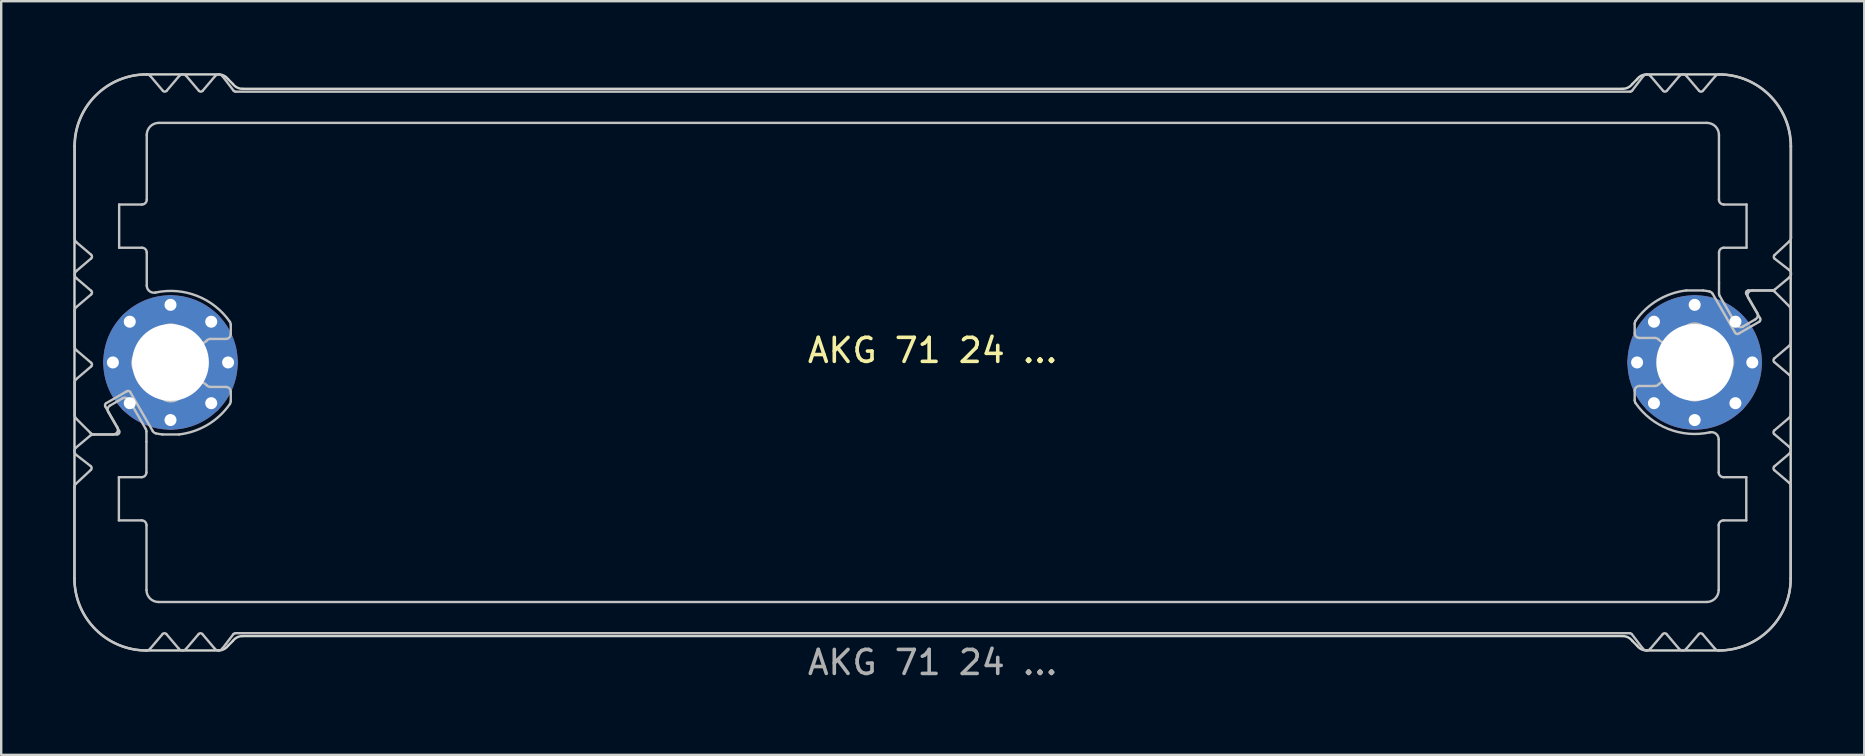
<source format=kicad_pcb>
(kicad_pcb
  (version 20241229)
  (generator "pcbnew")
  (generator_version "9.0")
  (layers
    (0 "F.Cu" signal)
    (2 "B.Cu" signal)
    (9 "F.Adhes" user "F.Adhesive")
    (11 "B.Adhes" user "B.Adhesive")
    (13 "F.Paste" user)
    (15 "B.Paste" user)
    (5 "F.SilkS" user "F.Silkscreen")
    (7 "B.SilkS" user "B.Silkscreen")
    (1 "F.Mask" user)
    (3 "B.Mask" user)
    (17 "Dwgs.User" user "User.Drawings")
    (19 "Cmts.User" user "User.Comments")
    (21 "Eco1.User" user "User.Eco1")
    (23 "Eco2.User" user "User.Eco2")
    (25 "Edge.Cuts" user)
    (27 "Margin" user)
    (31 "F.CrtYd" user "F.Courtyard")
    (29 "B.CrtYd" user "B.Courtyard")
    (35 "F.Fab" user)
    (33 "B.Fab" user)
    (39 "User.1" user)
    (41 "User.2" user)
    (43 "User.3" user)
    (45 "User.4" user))
  (footprint "AKG 71 24 ..."
    (layer "F.Cu")
    (at 35.803 12.05)
    (property "Reference" "AKG 71 24 ..." (at 0 -0.5 0) (unlocked yes) (layer "F.SilkS") (effects (font (size 1 1) (thickness 0.15))))
    (attr exclude_from_pos_files dnp)
    (fp_poly (pts (xy -29.15 -11.3) (xy -4.25 -11.3) (xy -4.25 -10) (xy -32.75 -10) (xy -32.75 -12) (xy -32.05 -11.2) (xy -31.3 -12) (xy -30.55 -11.2) (xy -29.8 -12)) (stroke (width 0.1) (type solid)) (fill yes) (layer "B.Mask"))
    (fp_poly (pts (xy -29.1 11.3) (xy -4.2 11.3) (xy -4.2 10) (xy -32.7 10) (xy -32.7 12) (xy -32 11.2) (xy -31.25 12) (xy -30.5 11.2) (xy -29.75 12)) (stroke (width 0.1) (type solid)) (fill yes) (layer "B.Mask"))
    (fp_poly (pts (xy 29.104 -11.3) (xy -4.296 -11.3) (xy -4.296 -10) (xy 32.704 -10) (xy 32.704 -12) (xy 32.004 -11.2) (xy 31.254 -12) (xy 30.504 -11.2) (xy 29.754 -12)) (stroke (width 0.1) (type solid)) (fill yes) (layer "B.Mask"))
    (fp_poly (pts (xy 29.104 11.3) (xy -4.296 11.3) (xy -4.296 10) (xy 32.704 10) (xy 32.704 12) (xy 32.004 11.2) (xy 31.254 12) (xy 30.504 11.2) (xy 29.754 12)) (stroke (width 0.1) (type solid)) (fill yes) (layer "B.Mask"))
    (fp_poly (pts (xy -32.796 -6.7) (xy -33.896 -6.7) (xy -33.896 -4.7) (xy -32.796 -4.7) (xy -32.796 0.1) (xy -34.896 0.1) (xy -35.696 -0.6) (xy -35.696 -2.2) (xy -34.796 -2.9) (xy -35.696 -3.7) (xy -34.896 -4.4) (xy -35.696 -5.1) (xy -35.696 -12) (xy -32.796 -12)) (stroke (width 0.1) (type solid)) (fill yes) (layer "B.Mask"))
    (fp_poly (pts (xy -32.796 6.7) (xy -33.896 6.7) (xy -33.896 4.7) (xy -32.796 4.7) (xy -32.796 0.1) (xy -34.896 0.1) (xy -35.696 0.8) (xy -35.696 2.2) (xy -34.896 3) (xy -35.696 3.7) (xy -34.896 4.4) (xy -35.696 5.1) (xy -35.696 12) (xy -32.796 12)) (stroke (width 0.1) (type solid)) (fill yes) (layer "B.Mask"))
    (fp_poly (pts (xy 32.804 -6.7) (xy 33.904 -6.7) (xy 33.904 -4.7) (xy 32.804 -4.7) (xy 32.804 -0.1) (xy 34.904 -0.1) (xy 35.704 -0.8) (xy 35.704 -2.2) (xy 34.904 -3) (xy 35.704 -3.7) (xy 34.904 -4.4) (xy 35.704 -5.1) (xy 35.704 -12) (xy 32.804 -12)) (stroke (width 0.1) (type solid)) (fill yes) (layer "B.Mask"))
    (fp_poly (pts (xy 32.804 6.7) (xy 33.904 6.7) (xy 33.904 4.7) (xy 32.804 4.7) (xy 32.804 -0.1) (xy 34.904 -0.1) (xy 35.704 0.6) (xy 35.704 2.2) (xy 34.804 2.9) (xy 35.704 3.7) (xy 34.904 4.4) (xy 35.704 5.1) (xy 35.704 12) (xy 32.804 12)) (stroke (width 0.1) (type solid)) (fill yes) (layer "B.Mask"))
    (fp_line (start -35.752 9) (end -35.752 5.214) (stroke (width 0.1) (type solid)) (layer "Dwgs.User"))
    (fp_line (start -35.739 -0.66) (end -35.739 -2.16) (stroke (width 0.1) (type solid)) (layer "Dwgs.User"))
    (fp_line (start -35.739 2.197) (end -35.739 0.84) (stroke (width 0.1) (type solid)) (layer "Dwgs.User"))
    (fp_line (start -35.739 -5.171) (end -35.739 -9) (stroke (width 0.1) (type solid)) (layer "Dwgs.User"))
    (fp_line (start -35.689 5.053) (end -35.065 4.473) (stroke (width 0.1) (type solid)) (layer "Dwgs.User"))
    (fp_line (start -35.683 3.543) (end -35.089 3.046) (stroke (width 0.1) (type solid)) (layer "Dwgs.User"))
    (fp_line (start -35.669 -3.812) (end -35.055 -4.334) (stroke (width 0.1) (type solid)) (layer "Dwgs.User"))
    (fp_line (start -35.669 -2.312) (end -35.055 -2.834) (stroke (width 0.1) (type solid)) (layer "Dwgs.User"))
    (fp_line (start -35.669 0.688) (end -35.055 0.166) (stroke (width 0.1) (type solid)) (layer "Dwgs.User"))
    (fp_line (start -35.078 2.941) (end -35.681 2.339) (stroke (width 0.1) (type solid)) (layer "Dwgs.User"))
    (fp_line (start -35.072 4.321) (end -35.675 3.853) (stroke (width 0.1) (type solid)) (layer "Dwgs.User"))
    (fp_line (start -35.055 -4.486) (end -35.669 -5.008) (stroke (width 0.1) (type solid)) (layer "Dwgs.User"))
    (fp_line (start -35.055 -2.986) (end -35.669 -3.508) (stroke (width 0.1) (type solid)) (layer "Dwgs.User"))
    (fp_line (start -35.055 0.014) (end -35.669 -0.508) (stroke (width 0.1) (type solid)) (layer "Dwgs.User"))
    (fp_line (start -34.96 3) (end -33.977 3) (stroke (width 0.1) (type solid)) (layer "Dwgs.User"))
    (fp_line (start -34.466 1.834) (end -33.966 2.7) (stroke (width 0.1) (type solid)) (layer "Dwgs.User"))
    (fp_line (start -34.268 1.795) (end -33.933 1.602) (stroke (width 0.1) (type solid)) (layer "Dwgs.User"))
    (fp_line (start -34.139 3) (end -34.936 3) (stroke (width 0.1) (type solid)) (layer "Dwgs.User"))
    (fp_line (start -33.933 1.602) (end -33.749 1.495) (stroke (width 0.1) (type solid)) (layer "Dwgs.User"))
    (fp_line (start -33.9 4.78) (end -33.9 6.58) (stroke (width 0.1) (type solid)) (layer "Dwgs.User"))
    (fp_line (start -33.9 6.58) (end -32.95 6.58) (stroke (width 0.1) (type solid)) (layer "Dwgs.User"))
    (fp_line (start -33.89 2.85) (end -34.342 2.068) (stroke (width 0.1) (type solid)) (layer "Dwgs.User"))
    (fp_line (start -33.889 -6.58) (end -33.889 -4.78) (stroke (width 0.1) (type solid)) (layer "Dwgs.User"))
    (fp_line (start -33.889 -4.78) (end -32.939 -4.78) (stroke (width 0.1) (type solid)) (layer "Dwgs.User"))
    (fp_line (start -33.563 1.197) (end -34.429 1.697) (stroke (width 0.1) (type solid)) (layer "Dwgs.User"))
    (fp_line (start -33.475 1.568) (end -32.78 2.773) (stroke (width 0.1) (type solid)) (layer "Dwgs.User"))
    (fp_line (start -32.953 4.78) (end -33.9 4.78) (stroke (width 0.1) (type solid)) (layer "Dwgs.User"))
    (fp_line (start -32.939 -6.58) (end -33.889 -6.58) (stroke (width 0.1) (type solid)) (layer "Dwgs.User"))
    (fp_line (start -32.753 2.873) (end -32.753 3.3) (stroke (width 0.1) (type solid)) (layer "Dwgs.User"))
    (fp_line (start -32.753 3.305) (end -32.753 4.58) (stroke (width 0.1) (type solid)) (layer "Dwgs.User"))
    (fp_line (start -32.752 12) (end -32.752 12) (stroke (width 0.1) (type solid)) (layer "Dwgs.User"))
    (fp_line (start -32.751 12) (end -32.752 12) (stroke (width 0.1) (type solid)) (layer "Dwgs.User"))
    (fp_line (start -32.75 6.78) (end -32.75 9.48) (stroke (width 0.1) (type solid)) (layer "Dwgs.User"))
    (fp_line (start -32.739 -9.48) (end -32.739 -6.78) (stroke (width 0.1) (type solid)) (layer "Dwgs.User"))
    (fp_line (start -32.739 -4.58) (end -32.739 -3.205) (stroke (width 0.1) (type solid)) (layer "Dwgs.User"))
    (fp_line (start -32.586 -11.929) (end -32.065 -11.315) (stroke (width 0.1) (type solid)) (layer "Dwgs.User"))
    (fp_line (start -32.488 2.86) (end -33.427 1.234) (stroke (width 0.1) (type solid)) (layer "Dwgs.User"))
    (fp_line (start -32.25 9.98) (end 32.25 9.98) (stroke (width 0.1) (type solid)) (layer "Dwgs.User"))
    (fp_line (start -32.079 11.315) (end -32.599 11.929) (stroke (width 0.1) (type solid)) (layer "Dwgs.User"))
    (fp_line (start -31.913 -11.315) (end -31.392 -11.929) (stroke (width 0.1) (type solid)) (layer "Dwgs.User"))
    (fp_line (start -31.414 11.914) (end -31.924 11.315) (stroke (width 0.1) (type solid)) (layer "Dwgs.User"))
    (fp_line (start -31.393 3) (end -32.085 3) (stroke (width 0.1) (type solid)) (layer "Dwgs.User"))
    (fp_line (start -31.087 -11.929) (end -30.565 -11.315) (stroke (width 0.1) (type solid)) (layer "Dwgs.User"))
    (fp_line (start -30.576 11.315) (end -31.098 11.929) (stroke (width 0.1) (type solid)) (layer "Dwgs.User"))
    (fp_line (start -30.413 -11.315) (end -29.892 -11.929) (stroke (width 0.1) (type solid)) (layer "Dwgs.User"))
    (fp_line (start -30.088 1.02) (end -29.439 1.02) (stroke (width 0.1) (type solid)) (layer "Dwgs.User"))
    (fp_line (start -29.903 11.929) (end -30.424 11.315) (stroke (width 0.1) (type solid)) (layer "Dwgs.User"))
    (fp_line (start -29.58 -11.922) (end -29.119 -11.319) (stroke (width 0.1) (type solid)) (layer "Dwgs.User"))
    (fp_line (start -29.439 -0.98) (end -30.088 -0.98) (stroke (width 0.1) (type solid)) (layer "Dwgs.User"))
    (fp_line (start -29.239 -1.577) (end -29.239 -1.18) (stroke (width 0.1) (type solid)) (layer "Dwgs.User"))
    (fp_line (start -29.239 1.22) (end -29.239 1.617) (stroke (width 0.1) (type solid)) (layer "Dwgs.User"))
    (fp_line (start -29.129 11.319) (end -29.591 11.922) (stroke (width 0.1) (type solid)) (layer "Dwgs.User"))
    (fp_line (start -29.039 -11.28) (end 29.061 -11.28) (stroke (width 0.1) (type solid)) (layer "Dwgs.User"))
    (fp_line (start 29.05 11.28) (end -29.05 11.28) (stroke (width 0.1) (type solid)) (layer "Dwgs.User"))
    (fp_line (start 29.14 -11.319) (end 29.602 -11.922) (stroke (width 0.1) (type solid)) (layer "Dwgs.User"))
    (fp_line (start 29.25 -1.22) (end 29.25 -1.617) (stroke (width 0.1) (type solid)) (layer "Dwgs.User"))
    (fp_line (start 29.25 1.577) (end 29.25 1.18) (stroke (width 0.1) (type solid)) (layer "Dwgs.User"))
    (fp_line (start 29.45 0.98) (end 30.099 0.98) (stroke (width 0.1) (type solid)) (layer "Dwgs.User"))
    (fp_line (start 29.591 11.922) (end 29.129 11.319) (stroke (width 0.1) (type solid)) (layer "Dwgs.User"))
    (fp_line (start 29.913 -11.929) (end 30.435 -11.315) (stroke (width 0.1) (type solid)) (layer "Dwgs.User"))
    (fp_line (start 30.099 -1.02) (end 29.45 -1.02) (stroke (width 0.1) (type solid)) (layer "Dwgs.User"))
    (fp_line (start 30.424 11.315) (end 29.902 11.929) (stroke (width 0.1) (type solid)) (layer "Dwgs.User"))
    (fp_line (start 30.587 -11.315) (end 31.108 -11.929) (stroke (width 0.1) (type solid)) (layer "Dwgs.User"))
    (fp_line (start 31.097 11.929) (end 30.576 11.315) (stroke (width 0.1) (type solid)) (layer "Dwgs.User"))
    (fp_line (start 31.404 -3) (end 32.096 -3) (stroke (width 0.1) (type solid)) (layer "Dwgs.User"))
    (fp_line (start 31.425 -11.914) (end 31.935 -11.315) (stroke (width 0.1) (type solid)) (layer "Dwgs.User"))
    (fp_line (start 31.924 11.315) (end 31.402 11.929) (stroke (width 0.1) (type solid)) (layer "Dwgs.User"))
    (fp_line (start 32.09 -11.315) (end 32.61 -11.929) (stroke (width 0.1) (type solid)) (layer "Dwgs.User"))
    (fp_line (start 32.261 -9.98) (end -32.239 -9.98) (stroke (width 0.1) (type solid)) (layer "Dwgs.User"))
    (fp_line (start 32.499 -2.86) (end 33.438 -1.234) (stroke (width 0.1) (type solid)) (layer "Dwgs.User"))
    (fp_line (start 32.596 11.929) (end 32.076 11.315) (stroke (width 0.1) (type solid)) (layer "Dwgs.User"))
    (fp_line (start 32.75 4.58) (end 32.75 3.205) (stroke (width 0.1) (type solid)) (layer "Dwgs.User"))
    (fp_line (start 32.75 9.48) (end 32.75 6.78) (stroke (width 0.1) (type solid)) (layer "Dwgs.User"))
    (fp_line (start 32.761 -6.78) (end 32.761 -9.48) (stroke (width 0.1) (type solid)) (layer "Dwgs.User"))
    (fp_line (start 32.762 -12) (end 32.762 -12) (stroke (width 0.1) (type solid)) (layer "Dwgs.User"))
    (fp_line (start 32.762 -12) (end 32.763 -12) (stroke (width 0.1) (type solid)) (layer "Dwgs.User"))
    (fp_line (start 32.764 -3.305) (end 32.764 -4.58) (stroke (width 0.1) (type solid)) (layer "Dwgs.User"))
    (fp_line (start 32.764 -2.873) (end 32.764 -3.3) (stroke (width 0.1) (type solid)) (layer "Dwgs.User"))
    (fp_line (start 32.95 6.58) (end 33.9 6.58) (stroke (width 0.1) (type solid)) (layer "Dwgs.User"))
    (fp_line (start 32.964 -4.78) (end 33.911 -4.78) (stroke (width 0.1) (type solid)) (layer "Dwgs.User"))
    (fp_line (start 33.486 -1.568) (end 32.791 -2.773) (stroke (width 0.1) (type solid)) (layer "Dwgs.User"))
    (fp_line (start 33.574 -1.197) (end 34.44 -1.697) (stroke (width 0.1) (type solid)) (layer "Dwgs.User"))
    (fp_line (start 33.9 4.78) (end 32.95 4.78) (stroke (width 0.1) (type solid)) (layer "Dwgs.User"))
    (fp_line (start 33.9 6.58) (end 33.9 4.78) (stroke (width 0.1) (type solid)) (layer "Dwgs.User"))
    (fp_line (start 33.901 -2.85) (end 34.352 -2.068) (stroke (width 0.1) (type solid)) (layer "Dwgs.User"))
    (fp_line (start 33.911 -6.58) (end 32.961 -6.58) (stroke (width 0.1) (type solid)) (layer "Dwgs.User"))
    (fp_line (start 33.911 -4.78) (end 33.911 -6.58) (stroke (width 0.1) (type solid)) (layer "Dwgs.User"))
    (fp_line (start 33.944 -1.602) (end 33.759 -1.495) (stroke (width 0.1) (type solid)) (layer "Dwgs.User"))
    (fp_line (start 34.15 -3) (end 34.947 -3) (stroke (width 0.1) (type solid)) (layer "Dwgs.User"))
    (fp_line (start 34.279 -1.795) (end 33.944 -1.602) (stroke (width 0.1) (type solid)) (layer "Dwgs.User"))
    (fp_line (start 34.477 -1.834) (end 33.977 -2.7) (stroke (width 0.1) (type solid)) (layer "Dwgs.User"))
    (fp_line (start 34.971 -3) (end 33.988 -3) (stroke (width 0.1) (type solid)) (layer "Dwgs.User"))
    (fp_line (start 35.065 -0.014) (end 35.679 0.508) (stroke (width 0.1) (type solid)) (layer "Dwgs.User"))
    (fp_line (start 35.065 2.986) (end 35.679 3.508) (stroke (width 0.1) (type solid)) (layer "Dwgs.User"))
    (fp_line (start 35.065 4.486) (end 35.679 5.008) (stroke (width 0.1) (type solid)) (layer "Dwgs.User"))
    (fp_line (start 35.083 -4.321) (end 35.686 -3.853) (stroke (width 0.1) (type solid)) (layer "Dwgs.User"))
    (fp_line (start 35.089 -2.941) (end 35.691 -2.339) (stroke (width 0.1) (type solid)) (layer "Dwgs.User"))
    (fp_line (start 35.679 -0.688) (end 35.065 -0.166) (stroke (width 0.1) (type solid)) (layer "Dwgs.User"))
    (fp_line (start 35.679 2.312) (end 35.065 2.834) (stroke (width 0.1) (type solid)) (layer "Dwgs.User"))
    (fp_line (start 35.679 3.812) (end 35.065 4.334) (stroke (width 0.1) (type solid)) (layer "Dwgs.User"))
    (fp_line (start 35.693 -3.543) (end 35.099 -3.047) (stroke (width 0.1) (type solid)) (layer "Dwgs.User"))
    (fp_line (start 35.7 -5.053) (end 35.076 -4.473) (stroke (width 0.1) (type solid)) (layer "Dwgs.User"))
    (fp_line (start 35.75 5.171) (end 35.749 9) (stroke (width 0.1) (type solid)) (layer "Dwgs.User"))
    (fp_line (start 35.75 -2.197) (end 35.75 -0.84) (stroke (width 0.1) (type solid)) (layer "Dwgs.User"))
    (fp_line (start 35.75 0.66) (end 35.75 2.16) (stroke (width 0.1) (type solid)) (layer "Dwgs.User"))
    (fp_line (start 35.763 -9) (end 35.763 -5.215) (stroke (width 0.1) (type solid)) (layer "Dwgs.User"))
    (fp_arc (start -35.752431 5.214496) (mid -35.73921 5.126511) (end -35.689103 5.05299) (stroke (width 0.1) (type solid)) (layer "Dwgs.User"))
    (fp_arc (start -35.73919 -2.16003) (mid -35.720691 -2.24403) (end -35.668628 -2.312496) (stroke (width 0.1) (type solid)) (layer "Dwgs.User"))
    (fp_arc (start -35.73919 0.83997) (mid -35.720691 0.75597) (end -35.668628 0.687504) (stroke (width 0.1) (type solid)) (layer "Dwgs.User"))
    (fp_arc (start -35.738629 -9.00003) (mid -34.859776 -11.121528) (end -32.738132 -12.00003) (stroke (width 0.1) (type solid)) (layer "Dwgs.User"))
    (fp_arc (start -35.680611 2.338548) (mid -35.723952 2.273658) (end -35.73919 2.197127) (stroke (width 0.1) (type solid)) (layer "Dwgs.User"))
    (fp_arc (start -35.675499 3.853059) (mid -35.752937 3.699538) (end -35.682592 3.542641) (stroke (width 0.1) (type solid)) (layer "Dwgs.User"))
    (fp_arc (start -35.668628 -5.007564) (mid -35.723021 -5.081251) (end -35.738863 -5.171459) (stroke (width 0.1) (type solid)) (layer "Dwgs.User"))
    (fp_arc (start -35.668628 -3.507564) (mid -35.739188 -3.66003) (end -35.668628 -3.812496) (stroke (width 0.1) (type solid)) (layer "Dwgs.User"))
    (fp_arc (start -35.668628 -0.507564) (mid -35.720694 -0.576029) (end -35.73919 -0.66003) (stroke (width 0.1) (type solid)) (layer "Dwgs.User"))
    (fp_arc (start -35.088668 3.046481) (mid -35.028648 3.011946) (end -34.960445 2.99997) (stroke (width 0.1) (type solid)) (layer "Dwgs.User"))
    (fp_arc (start -35.071739 4.320925) (mid -35.033088 4.395508) (end -35.064937 4.473239) (stroke (width 0.1) (type solid)) (layer "Dwgs.User"))
    (fp_arc (start -35.054583 -4.486263) (mid -35.019295 -4.41003) (end -35.054583 -4.333797) (stroke (width 0.1) (type solid)) (layer "Dwgs.User"))
    (fp_arc (start -35.054583 -2.986263) (mid -35.019295 -2.91003) (end -35.054583 -2.833797) (stroke (width 0.1) (type solid)) (layer "Dwgs.User"))
    (fp_arc (start -35.054583 0.013737) (mid -35.019295 0.08997) (end -35.054583 0.166203) (stroke (width 0.1) (type solid)) (layer "Dwgs.User"))
    (fp_arc (start -34.936347 2.99997) (mid -35.012877 2.984729) (end -35.077769 2.941391) (stroke (width 0.1) (type solid)) (layer "Dwgs.User"))
    (fp_arc (start -34.465985 1.833944) (mid -34.475952 1.758068) (end -34.429382 1.697342) (stroke (width 0.1) (type solid)) (layer "Dwgs.User"))
    (fp_arc (start -34.341514 2.068343) (mid -34.361468 1.916586) (end -34.268309 1.795138) (stroke (width 0.1) (type solid)) (layer "Dwgs.User"))
    (fp_arc (start -33.965985 2.69997) (mid -33.965978 2.899974) (end -34.13919 2.99997) (stroke (width 0.1) (type solid)) (layer "Dwgs.User"))
    (fp_arc (start -33.890241 2.84997) (mid -33.890233 2.949975) (end -33.976844 2.99997) (stroke (width 0.1) (type solid)) (layer "Dwgs.User"))
    (fp_arc (start -33.748694 1.495138) (mid -33.596932 1.475166) (end -33.475489 1.568343) (stroke (width 0.1) (type solid)) (layer "Dwgs.User"))
    (fp_arc (start -33.563357 1.197342) (mid -33.487485 1.187387) (end -33.426754 1.233944) (stroke (width 0.1) (type solid)) (layer "Dwgs.User"))
    (fp_arc (start -32.950049 6.57997) (mid -32.808651 6.638572) (end -32.750049 6.77997) (stroke (width 0.1) (type solid)) (layer "Dwgs.User"))
    (fp_arc (start -32.93919 -4.78003) (mid -32.797772 -4.721448) (end -32.73919 -4.58003) (stroke (width 0.1) (type solid)) (layer "Dwgs.User"))
    (fp_arc (start -32.90419 -0.556897) (mid -32.658426 -0.899266) (end -32.316057 -1.14503) (stroke (width 0.1) (type solid)) (layer "Dwgs.User"))
    (fp_arc (start -32.90419 0.596836) (mid -33.339189 0.01997) (end -32.90419 -0.556897) (stroke (width 0.1) (type solid)) (layer "Dwgs.User"))
    (fp_arc (start -32.779787 2.773333) (mid -32.759797 2.821567) (end -32.752992 2.873333) (stroke (width 0.1) (type solid)) (layer "Dwgs.User"))
    (fp_arc (start -32.752992 4.57997) (mid -32.811565 4.721397) (end -32.952992 4.77997) (stroke (width 0.1) (type solid)) (layer "Dwgs.User"))
    (fp_arc (start -32.751935 11.99997) (mid -34.873559 11.121448) (end -35.752431 8.99997) (stroke (width 0.1) (type solid)) (layer "Dwgs.User"))
    (fp_arc (start -32.73919 -9.48003) (mid -32.592738 -9.833578) (end -32.23919 -9.98003) (stroke (width 0.1) (type solid)) (layer "Dwgs.User"))
    (fp_arc (start -32.73919 -6.78003) (mid -32.797762 -6.638602) (end -32.93919 -6.58003) (stroke (width 0.1) (type solid)) (layer "Dwgs.User"))
    (fp_arc (start -32.738132 -12.00003) (mid -32.654059 -11.98147) (end -32.585563 -11.929306) (stroke (width 0.1) (type solid)) (layer "Dwgs.User"))
    (fp_arc (start -32.599192 11.929246) (mid -32.667408 11.9813) (end -32.751161 11.999969) (stroke (width 0.1) (type solid)) (layer "Dwgs.User"))
    (fp_arc (start -32.375554 -2.911761) (mid -32.627487 -2.97138) (end -32.73919 -3.204934) (stroke (width 0.1) (type solid)) (layer "Dwgs.User"))
    (fp_arc (start -32.375554 -2.911761) (mid -30.640142 -2.771458) (end -29.274904 -1.690965) (stroke (width 0.1) (type solid)) (layer "Dwgs.User"))
    (fp_arc (start -32.355732 2.955932) (mid -32.431984 2.922143) (end -32.487834 2.860201) (stroke (width 0.1) (type solid)) (layer "Dwgs.User"))
    (fp_arc (start -32.316057 -1.14503) (mid -31.73919 -1.58003) (end -31.162323 -1.14503) (stroke (width 0.1) (type solid)) (layer "Dwgs.User"))
    (fp_arc (start -32.316057 1.18497) (mid -32.65843 0.939209) (end -32.90419 0.596836) (stroke (width 0.1) (type solid)) (layer "Dwgs.User"))
    (fp_arc (start -32.250049 9.97997) (mid -32.603577 9.833498) (end -32.750049 9.47997) (stroke (width 0.1) (type solid)) (layer "Dwgs.User"))
    (fp_arc (start -32.085022 2.99997) (mid -32.220881 2.981048) (end -32.355732 2.955932) (stroke (width 0.1) (type solid)) (layer "Dwgs.User"))
    (fp_arc (start -32.079121 11.315332) (mid -32.001541 11.278264) (end -31.923885 11.315171) (stroke (width 0.1) (type solid)) (layer "Dwgs.User"))
    (fp_arc (start -31.912951 -11.315318) (mid -31.989181 -11.280019) (end -32.065417 -11.315305) (stroke (width 0.1) (type solid)) (layer "Dwgs.User"))
    (fp_arc (start -31.391667 -11.929455) (mid -31.23919 -12.000029) (end -31.086712 -11.929455) (stroke (width 0.1) (type solid)) (layer "Dwgs.User"))
    (fp_arc (start -31.162323 -1.14503) (mid -30.980199 -1.035459) (end -30.818362 -0.897677) (stroke (width 0.1) (type solid)) (layer "Dwgs.User"))
    (fp_arc (start -31.162323 1.18497) (mid -31.73919 1.61997) (end -32.316057 1.18497) (stroke (width 0.1) (type solid)) (layer "Dwgs.User"))
    (fp_arc (start -31.097571 11.929394) (mid -31.259557 11.999707) (end -31.414131 11.914325) (stroke (width 0.1) (type solid)) (layer "Dwgs.User"))
    (fp_arc (start -30.818362 0.937617) (mid -30.980203 1.075392) (end -31.162323 1.18497) (stroke (width 0.1) (type solid)) (layer "Dwgs.User"))
    (fp_arc (start -30.818362 0.937617) (mid -30.524243 0.820096) (end -30.236888 0.953303) (stroke (width 0.1) (type solid)) (layer "Dwgs.User"))
    (fp_arc (start -30.576288 11.315258) (mid -30.500049 11.27997) (end -30.42381 11.315258) (stroke (width 0.1) (type solid)) (layer "Dwgs.User"))
    (fp_arc (start -30.412951 -11.315318) (mid -30.48919 -11.28003) (end -30.565429 -11.315318) (stroke (width 0.1) (type solid)) (layer "Dwgs.User"))
    (fp_arc (start -30.236888 -0.913364) (mid -30.524244 -0.780195) (end -30.818362 -0.897677) (stroke (width 0.1) (type solid)) (layer "Dwgs.User"))
    (fp_arc (start -30.236888 -0.913364) (mid -30.169468 -0.962607) (end -30.087817 -0.98003) (stroke (width 0.1) (type solid)) (layer "Dwgs.User"))
    (fp_arc (start -30.087817 1.01997) (mid -30.169464 1.002537) (end -30.236888 0.953303) (stroke (width 0.1) (type solid)) (layer "Dwgs.User"))
    (fp_arc (start -29.891667 -11.929455) (mid -29.734216 -11.999958) (end -29.580466 -11.921713) (stroke (width 0.1) (type solid)) (layer "Dwgs.User"))
    (fp_arc (start -29.591325 11.921653) (mid -29.745076 11.999873) (end -29.902527 11.929394) (stroke (width 0.1) (type solid)) (layer "Dwgs.User"))
    (fp_arc (start -29.43919 1.01997) (mid -29.297772 1.078552) (end -29.23919 1.21997) (stroke (width 0.1) (type solid)) (layer "Dwgs.User"))
    (fp_arc (start -29.274904 -1.690965) (mid -29.248333 -1.636662) (end -29.23919 -1.576902) (stroke (width 0.1) (type solid)) (layer "Dwgs.User"))
    (fp_arc (start -29.274904 1.730904) (mid -30.197492 2.593529) (end -31.393358 2.99997) (stroke (width 0.1) (type solid)) (layer "Dwgs.User"))
    (fp_arc (start -29.23919 -1.18003) (mid -29.297762 -1.038602) (end -29.43919 -0.98003) (stroke (width 0.1) (type solid)) (layer "Dwgs.User"))
    (fp_arc (start -29.23919 1.616842) (mid -29.248317 1.676607) (end -29.274904 1.730904) (stroke (width 0.1) (type solid)) (layer "Dwgs.User"))
    (fp_arc (start -29.129411 11.319129) (mid -29.094304 11.290279) (end -29.050049 11.27997) (stroke (width 0.1) (type solid)) (layer "Dwgs.User"))
    (fp_arc (start -29.03919 -11.28003) (mid -29.08344 -11.29035) (end -29.118552 -11.319189) (stroke (width 0.1) (type solid)) (layer "Dwgs.User"))
    (fp_arc (start 29.049951 11.27997) (mid 29.094216 11.290273) (end 29.129313 11.319129) (stroke (width 0.1) (type solid)) (layer "Dwgs.User"))
    (fp_arc (start 29.140172 -11.319189) (mid 29.105063 -11.290348) (end 29.06081 -11.28003) (stroke (width 0.1) (type solid)) (layer "Dwgs.User"))
    (fp_arc (start 29.249951 -1.616902) (mid 29.259087 -1.676664) (end 29.285665 -1.730964) (stroke (width 0.1) (type solid)) (layer "Dwgs.User"))
    (fp_arc (start 29.249951 1.17997) (mid 29.308508 1.038521) (end 29.449951 0.97997) (stroke (width 0.1) (type solid)) (layer "Dwgs.User"))
    (fp_arc (start 29.285665 -1.730964) (mid 30.208253 -2.593587) (end 31.404119 -3.00003) (stroke (width 0.1) (type solid)) (layer "Dwgs.User"))
    (fp_arc (start 29.285665 1.690905) (mid 29.259084 1.636606) (end 29.249951 1.576842) (stroke (width 0.1) (type solid)) (layer "Dwgs.User"))
    (fp_arc (start 29.449951 -1.02003) (mid 29.308537 -1.078622) (end 29.249951 -1.22003) (stroke (width 0.1) (type solid)) (layer "Dwgs.User"))
    (fp_arc (start 29.602086 -11.921713) (mid 29.755833 -11.999949) (end 29.913288 -11.929455) (stroke (width 0.1) (type solid)) (layer "Dwgs.User"))
    (fp_arc (start 29.902429 11.929394) (mid 29.744997 11.99981) (end 29.591227 11.921653) (stroke (width 0.1) (type solid)) (layer "Dwgs.User"))
    (fp_arc (start 30.098578 -1.02003) (mid 30.180228 -1.002607) (end 30.247649 -0.953363) (stroke (width 0.1) (type solid)) (layer "Dwgs.User"))
    (fp_arc (start 30.247649 0.913304) (mid 30.180214 0.962507) (end 30.098578 0.97997) (stroke (width 0.1) (type solid)) (layer "Dwgs.User"))
    (fp_arc (start 30.247649 0.913304) (mid 30.535007 0.78012) (end 30.829123 0.897617) (stroke (width 0.1) (type solid)) (layer "Dwgs.User"))
    (fp_arc (start 30.423712 11.315258) (mid 30.499951 11.27997) (end 30.57619 11.315258) (stroke (width 0.1) (type solid)) (layer "Dwgs.User"))
    (fp_arc (start 30.587049 -11.315318) (mid 30.51081 -11.28003) (end 30.434571 -11.315318) (stroke (width 0.1) (type solid)) (layer "Dwgs.User"))
    (fp_arc (start 30.829123 -0.937677) (mid 30.535008 -0.820173) (end 30.247649 -0.953363) (stroke (width 0.1) (type solid)) (layer "Dwgs.User"))
    (fp_arc (start 30.829123 -0.937677) (mid 30.990963 -1.075455) (end 31.173084 -1.18503) (stroke (width 0.1) (type solid)) (layer "Dwgs.User"))
    (fp_arc (start 31.108333 -11.929455) (mid 31.270316 -11.999785) (end 31.424892 -11.914385) (stroke (width 0.1) (type solid)) (layer "Dwgs.User"))
    (fp_arc (start 31.173084 -1.18503) (mid 31.749951 -1.62003) (end 32.326818 -1.18503) (stroke (width 0.1) (type solid)) (layer "Dwgs.User"))
    (fp_arc (start 31.173084 1.14497) (mid 30.990968 1.035388) (end 30.829123 0.897617) (stroke (width 0.1) (type solid)) (layer "Dwgs.User"))
    (fp_arc (start 31.402429 11.929394) (mid 31.249951 11.99997) (end 31.097473 11.929394) (stroke (width 0.1) (type solid)) (layer "Dwgs.User"))
    (fp_arc (start 31.923712 11.315258) (mid 31.999959 11.279872) (end 32.076178 11.315245) (stroke (width 0.1) (type solid)) (layer "Dwgs.User"))
    (fp_arc (start 32.089882 -11.315392) (mid 32.012303 -11.278341) (end 31.934646 -11.315231) (stroke (width 0.1) (type solid)) (layer "Dwgs.User"))
    (fp_arc (start 32.095783 -3.00003) (mid 32.231641 -2.981105) (end 32.366493 -2.955992) (stroke (width 0.1) (type solid)) (layer "Dwgs.User"))
    (fp_arc (start 32.26081 -9.98003) (mid 32.614368 -9.833582) (end 32.76081 -9.48003) (stroke (width 0.1) (type solid)) (layer "Dwgs.User"))
    (fp_arc (start 32.326818 -1.18503) (mid 32.669174 -0.939253) (end 32.914951 -0.596896) (stroke (width 0.1) (type solid)) (layer "Dwgs.User"))
    (fp_arc (start 32.326818 1.14497) (mid 31.749951 1.57997) (end 31.173084 1.14497) (stroke (width 0.1) (type solid)) (layer "Dwgs.User"))
    (fp_arc (start 32.366493 -2.955992) (mid 32.44276 -2.922223) (end 32.498595 -2.860261) (stroke (width 0.1) (type solid)) (layer "Dwgs.User"))
    (fp_arc (start 32.386315 2.9117) (mid 30.650893 2.771423) (end 29.285665 1.690905) (stroke (width 0.1) (type solid)) (layer "Dwgs.User"))
    (fp_arc (start 32.386315 2.9117) (mid 32.638259 2.971301) (end 32.749951 3.204873) (stroke (width 0.1) (type solid)) (layer "Dwgs.User"))
    (fp_arc (start 32.609953 -11.929306) (mid 32.678161 -11.98137) (end 32.761922 -12.000029) (stroke (width 0.1) (type solid)) (layer "Dwgs.User"))
    (fp_arc (start 32.748893 11.99997) (mid 32.664809 11.98143) (end 32.596324 11.929246) (stroke (width 0.1) (type solid)) (layer "Dwgs.User"))
    (fp_arc (start 32.749951 6.77997) (mid 32.808508 6.638521) (end 32.949951 6.57997) (stroke (width 0.1) (type solid)) (layer "Dwgs.User"))
    (fp_arc (start 32.749951 9.47997) (mid 32.603518 9.833561) (end 32.249951 9.97997) (stroke (width 0.1) (type solid)) (layer "Dwgs.User"))
    (fp_arc (start 32.762696 -12.00003) (mid 34.884353 -11.12153) (end 35.763192 -9.00003) (stroke (width 0.1) (type solid)) (layer "Dwgs.User"))
    (fp_arc (start 32.763753 -4.58003) (mid 32.822375 -4.721384) (end 32.963753 -4.78003) (stroke (width 0.1) (type solid)) (layer "Dwgs.User"))
    (fp_arc (start 32.790548 -2.773393) (mid 32.770575 -2.821629) (end 32.763753 -2.873393) (stroke (width 0.1) (type solid)) (layer "Dwgs.User"))
    (fp_arc (start 32.914951 -0.596896) (mid 33.349993 -0.02003) (end 32.914951 0.556837) (stroke (width 0.1) (type solid)) (layer "Dwgs.User"))
    (fp_arc (start 32.914951 0.556837) (mid 32.669179 0.899197) (end 32.326818 1.14497) (stroke (width 0.1) (type solid)) (layer "Dwgs.User"))
    (fp_arc (start 32.949951 4.77997) (mid 32.808537 4.721378) (end 32.749951 4.57997) (stroke (width 0.1) (type solid)) (layer "Dwgs.User"))
    (fp_arc (start 32.96081 -6.58003) (mid 32.819393 -6.638607) (end 32.76081 -6.78003) (stroke (width 0.1) (type solid)) (layer "Dwgs.User"))
    (fp_arc (start 33.574118 -1.197402) (mid 33.498228 -1.1874) (end 33.437515 -1.234004) (stroke (width 0.1) (type solid)) (layer "Dwgs.User"))
    (fp_arc (start 33.759455 -1.495198) (mid 33.607708 -1.475259) (end 33.48625 -1.568403) (stroke (width 0.1) (type solid)) (layer "Dwgs.User"))
    (fp_arc (start 33.901002 -2.85003) (mid 33.901034 -2.950025) (end 33.987605 -3.00003) (stroke (width 0.1) (type solid)) (layer "Dwgs.User"))
    (fp_arc (start 33.976746 -2.70003) (mid 33.976772 -2.900014) (end 34.149951 -3.00003) (stroke (width 0.1) (type solid)) (layer "Dwgs.User"))
    (fp_arc (start 34.352275 -2.068403) (mid 34.372261 -1.916639) (end 34.27907 -1.795198) (stroke (width 0.1) (type solid)) (layer "Dwgs.User"))
    (fp_arc (start 34.476746 -1.834004) (mid 34.486734 -1.758118) (end 34.440143 -1.697402) (stroke (width 0.1) (type solid)) (layer "Dwgs.User"))
    (fp_arc (start 34.947108 -3.00003) (mid 35.023645 -2.984805) (end 35.08853 -2.941451) (stroke (width 0.1) (type solid)) (layer "Dwgs.User"))
    (fp_arc (start 35.065344 -0.013797) (mid 35.030134 -0.090019) (end 35.065344 -0.166263) (stroke (width 0.1) (type solid)) (layer "Dwgs.User"))
    (fp_arc (start 35.065344 2.986203) (mid 35.030134 2.909981) (end 35.065344 2.833737) (stroke (width 0.1) (type solid)) (layer "Dwgs.User"))
    (fp_arc (start 35.065344 4.486203) (mid 35.030134 4.409981) (end 35.065344 4.333737) (stroke (width 0.1) (type solid)) (layer "Dwgs.User"))
    (fp_arc (start 35.0825 -4.320985) (mid 35.043932 -4.395559) (end 35.075698 -4.473299) (stroke (width 0.1) (type solid)) (layer "Dwgs.User"))
    (fp_arc (start 35.099429 -3.046541) (mid 35.03941 -3.011993) (end 34.971206 -3.00003) (stroke (width 0.1) (type solid)) (layer "Dwgs.User"))
    (fp_arc (start 35.679389 0.507504) (mid 35.731453 0.57597) (end 35.749951 0.65997) (stroke (width 0.1) (type solid)) (layer "Dwgs.User"))
    (fp_arc (start 35.679389 3.507504) (mid 35.750027 3.659981) (end 35.679389 3.812436) (stroke (width 0.1) (type solid)) (layer "Dwgs.User"))
    (fp_arc (start 35.679389 5.007504) (mid 35.733796 5.081185) (end 35.749624 5.171399) (stroke (width 0.1) (type solid)) (layer "Dwgs.User"))
    (fp_arc (start 35.68626 -3.853119) (mid 35.763781 -3.699588) (end 35.693353 -3.542701) (stroke (width 0.1) (type solid)) (layer "Dwgs.User"))
    (fp_arc (start 35.691372 -2.338608) (mid 35.734723 -2.27372) (end 35.749951 -2.197187) (stroke (width 0.1) (type solid)) (layer "Dwgs.User"))
    (fp_arc (start 35.74939 8.99997) (mid 34.870538 11.121469) (end 32.748893 11.99997) (stroke (width 0.1) (type solid)) (layer "Dwgs.User"))
    (fp_arc (start 35.749951 -0.84003) (mid 35.731456 -0.756032) (end 35.679389 -0.687564) (stroke (width 0.1) (type solid)) (layer "Dwgs.User"))
    (fp_arc (start 35.749951 2.15997) (mid 35.731456 2.243968) (end 35.679389 2.312436) (stroke (width 0.1) (type solid)) (layer "Dwgs.User"))
    (fp_arc (start 35.763192 -5.214556) (mid 35.749926 -5.126586) (end 35.699864 -5.05305) (stroke (width 0.1) (type solid)) (layer "Dwgs.User"))
    (fp_rect (start -33.7 -6.48) (end 33.7 -4.88) (stroke (width 0.1) (type solid)) (fill no) (layer "Eco1.User"))
    (fp_rect (start -33.7 4.88) (end 33.7 6.48) (stroke (width 0.1) (type solid)) (fill no) (layer "Eco1.User"))
    (fp_line (start -35.75 -9) (end -35.75 9) (stroke (width 0.1) (type solid)) (layer "Edge.Cuts"))
    (fp_line (start -32.75 -12) (end -29.75 -12) (stroke (width 0.1) (type solid)) (layer "Edge.Cuts"))
    (fp_line (start -32.75 12) (end -29.75 12) (stroke (width 0.1) (type solid)) (layer "Edge.Cuts"))
    (fp_line (start -29.15 -11.6) (end -29.35 -11.8) (stroke (width 0.1) (type solid)) (layer "Edge.Cuts"))
    (fp_line (start -29.15 11.6) (end -29.35 11.8) (stroke (width 0.1) (type solid)) (layer "Edge.Cuts"))
    (fp_line (start -28.75 -11.4) (end 28.75 -11.4) (stroke (width 0.1) (type solid)) (layer "Edge.Cuts"))
    (fp_line (start -28.75 11.4) (end 28.75 11.4) (stroke (width 0.1) (type solid)) (layer "Edge.Cuts"))
    (fp_line (start 29.15 -11.6) (end 29.35 -11.8) (stroke (width 0.1) (type solid)) (layer "Edge.Cuts"))
    (fp_line (start 29.15 11.6) (end 29.35 11.8) (stroke (width 0.1) (type solid)) (layer "Edge.Cuts"))
    (fp_line (start 32.75 -12) (end 29.75 -12) (stroke (width 0.1) (type solid)) (layer "Edge.Cuts"))
    (fp_line (start 32.75 12) (end 29.75 12) (stroke (width 0.1) (type solid)) (layer "Edge.Cuts"))
    (fp_line (start 35.75 -9) (end 35.75 9) (stroke (width 0.1) (type solid)) (layer "Edge.Cuts"))
    (fp_arc (start -35.75 -9) (mid -34.87132 -11.12132) (end -32.75 -12) (stroke (width 0.1) (type solid)) (layer "Edge.Cuts"))
    (fp_arc (start -32.75 12) (mid -34.87132 11.12132) (end -35.75 9) (stroke (width 0.1) (type solid)) (layer "Edge.Cuts"))
    (fp_arc (start -29.75 -12) (mid -29.526393 -11.947214) (end -29.35 -11.8) (stroke (width 0.1) (type solid)) (layer "Edge.Cuts"))
    (fp_arc (start -29.35 11.8) (mid -29.526393 11.947214) (end -29.75 12) (stroke (width 0.1) (type solid)) (layer "Edge.Cuts"))
    (fp_arc (start -29.15 11.6) (mid -28.973607 11.452786) (end -28.75 11.4) (stroke (width 0.1) (type solid)) (layer "Edge.Cuts"))
    (fp_arc (start -28.75 -11.4) (mid -28.973607 -11.452786) (end -29.15 -11.6) (stroke (width 0.1) (type solid)) (layer "Edge.Cuts"))
    (fp_arc (start 28.75 11.4) (mid 28.973607 11.452786) (end 29.15 11.6) (stroke (width 0.1) (type solid)) (layer "Edge.Cuts"))
    (fp_arc (start 29.15 -11.6) (mid 28.973607 -11.452786) (end 28.75 -11.4) (stroke (width 0.1) (type solid)) (layer "Edge.Cuts"))
    (fp_arc (start 29.35 -11.8) (mid 29.526393 -11.947214) (end 29.75 -12) (stroke (width 0.1) (type solid)) (layer "Edge.Cuts"))
    (fp_arc (start 29.75 12) (mid 29.526393 11.947214) (end 29.35 11.8) (stroke (width 0.1) (type solid)) (layer "Edge.Cuts"))
    (fp_arc (start 32.75 -12) (mid 34.87132 -11.12132) (end 35.75 -9) (stroke (width 0.1) (type solid)) (layer "Edge.Cuts"))
    (fp_arc (start 35.75 9) (mid 34.87132 11.12132) (end 32.75 12) (stroke (width 0.1) (type solid)) (layer "Edge.Cuts"))
    (fp_text user "${REFERENCE}" (at 0 12.5 0) (layer "F.Fab") (effects (font (size 1 1) (thickness 0.15))))
    (pad "1" thru_hole circle (at -34.15 0) (size 0.8 0.8) (drill 0.5) (layers "*.Cu" "*.Mask"))
    (pad "1" thru_hole circle (at -33.447 -1.697) (size 0.8 0.8) (drill 0.5) (layers "*.Cu" "*.Mask"))
    (pad "1" thru_hole circle (at -33.447 1.697) (size 0.8 0.8) (drill 0.5) (layers "*.Cu" "*.Mask"))
    (pad "1" thru_hole circle (at -31.75 -2.4) (size 0.8 0.8) (drill 0.5) (layers "*.Cu" "*.Mask"))
    (pad "1" thru_hole circle (at -31.75 0) (size 5.6 5.6) (drill 3.2) (layers "*.Cu" "*.Mask"))
    (pad "1" thru_hole circle (at -31.75 2.4) (size 0.8 0.8) (drill 0.5) (layers "*.Cu" "*.Mask"))
    (pad "1" thru_hole circle (at -30.053 -1.697) (size 0.8 0.8) (drill 0.5) (layers "*.Cu" "*.Mask"))
    (pad "1" thru_hole circle (at -30.053 1.697) (size 0.8 0.8) (drill 0.5) (layers "*.Cu" "*.Mask"))
    (pad "1" thru_hole circle (at -29.35 0) (size 0.8 0.8) (drill 0.5) (layers "*.Cu" "*.Mask"))
    (pad "1" thru_hole circle (at 29.35 0) (size 0.8 0.8) (drill 0.5) (layers "*.Cu" "*.Mask"))
    (pad "1" thru_hole circle (at 30.053 -1.697) (size 0.8 0.8) (drill 0.5) (layers "*.Cu" "*.Mask"))
    (pad "1" thru_hole circle (at 30.053 1.697) (size 0.8 0.8) (drill 0.5) (layers "*.Cu" "*.Mask"))
    (pad "1" thru_hole circle (at 31.75 -2.4) (size 0.8 0.8) (drill 0.5) (layers "*.Cu" "*.Mask"))
    (pad "1" thru_hole circle (at 31.75 0) (size 5.6 5.6) (drill 3.2) (layers "*.Cu" "*.Mask"))
    (pad "1" thru_hole circle (at 31.75 2.4) (size 0.8 0.8) (drill 0.5) (layers "*.Cu" "*.Mask"))
    (pad "1" thru_hole circle (at 33.447 -1.697) (size 0.8 0.8) (drill 0.5) (layers "*.Cu" "*.Mask"))
    (pad "1" thru_hole circle (at 33.447 1.697) (size 0.8 0.8) (drill 0.5) (layers "*.Cu" "*.Mask"))
    (pad "1" thru_hole circle (at 34.15 0) (size 0.8 0.8) (drill 0.5) (layers "*.Cu" "*.Mask")))
  (gr_rect
    (start -3 -3)
    (end 74.617 28.398)
    (stroke (width 0.1) (type default))
    (fill no)
    (layer "Edge.Cuts")))
</source>
